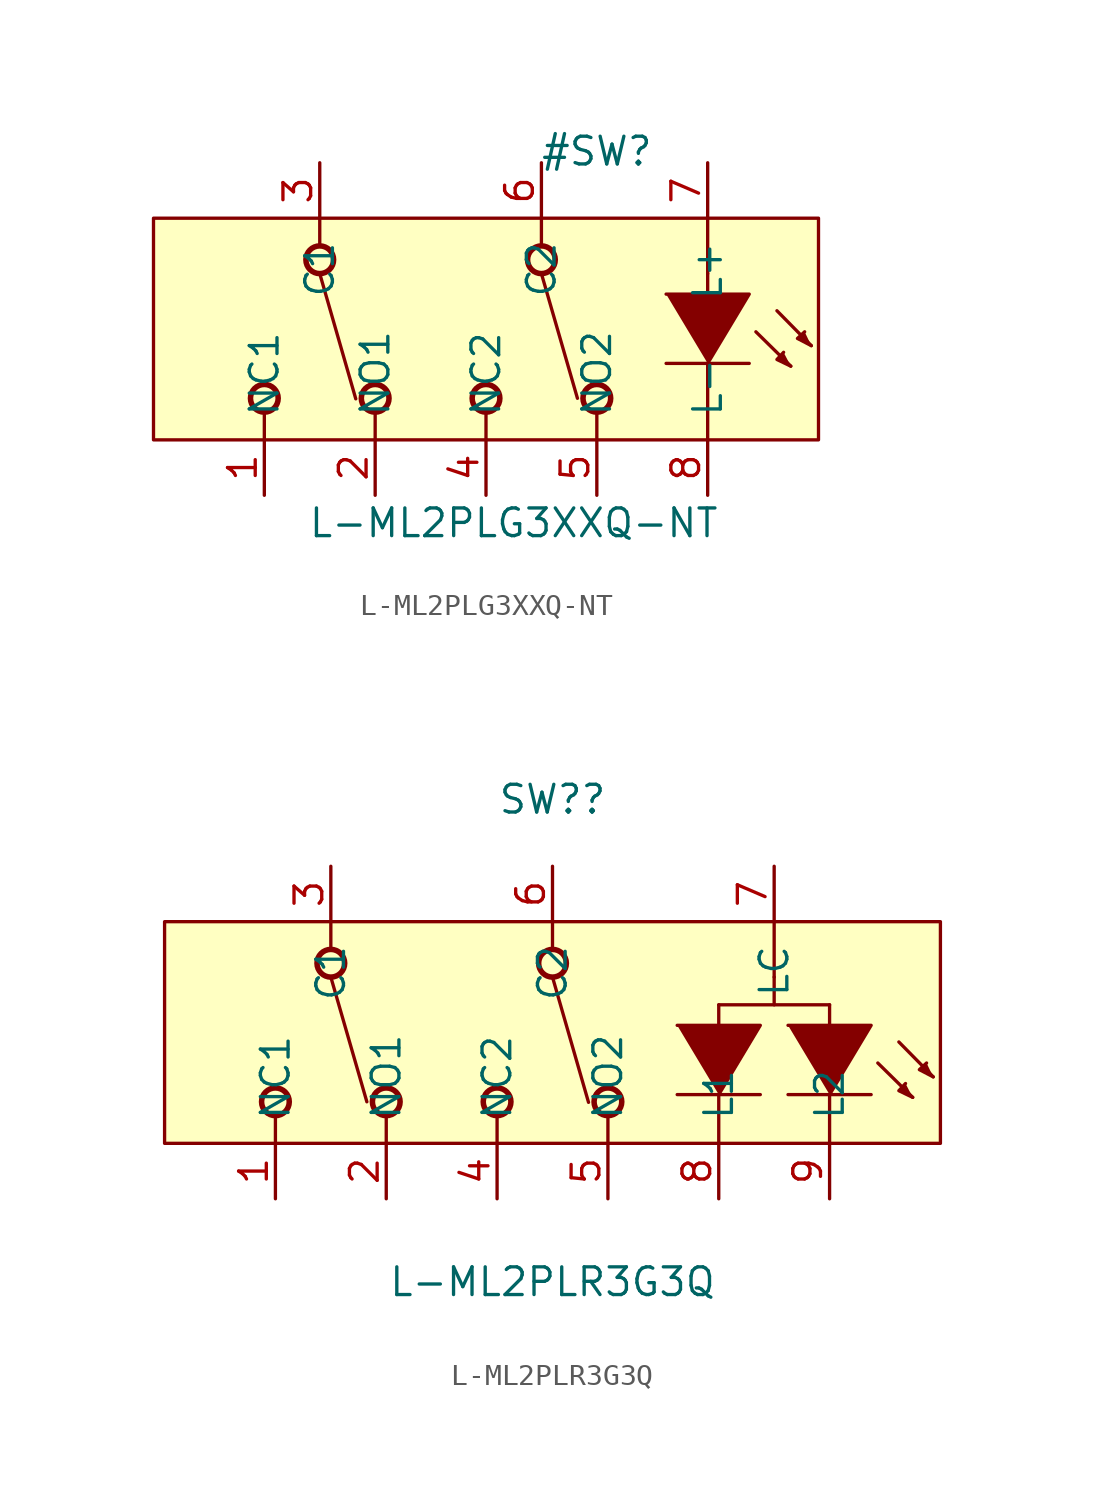
<source format=kicad_sym>
(kicad_symbol_lib
  (version 20220914)
  (generator kicad_symbol_editor)
  (symbol "L-ML2PLG3XXQ-NT"
    (pin_names
      (offset 1.016))
    (property "Reference" "#SW"
      (at 5.08 8.89 0)
      (effects (font (size 1.27 1.27)) (justify top)))
    (property "Value" "L-ML2PLG3XXQ-NT"
      (at 1.27 -8.89 0)
      (effects (font (size 1.27 1.27))))
    (symbol "L-ML2PLG3XXQ-NT_1_0"
      (circle (center -10.16 -3.175) (radius 0.635) (stroke (width 0.254) (type solid)) (fill (type none)))
      (circle (center -7.62 3.175) (radius 0.635) (stroke (width 0.254) (type solid)) (fill (type none)))
      (circle (center -5.08 -3.175) (radius 0.635) (stroke (width 0.254) (type solid)) (fill (type none)))
      (circle (center 0 -3.175) (radius 0.635) (stroke (width 0.254) (type solid)) (fill (type none)))
      (polyline (pts (xy -7.62 2.54) (xy -5.969 -3.2)) (stroke (width 0) (type solid)) (fill (type none)))
      (polyline (pts (xy 2.54 2.54) (xy 4.191 -3.175)) (stroke (width 0) (type solid)) (fill (type none)))
      (polyline (pts (xy 8.255 -1.575) (xy 12.065 -1.575)) (stroke (width 0) (type solid)) (fill (type none)))
      (polyline (pts (xy 10.16 -2.54) (xy 10.16 -5.08)) (stroke (width 0) (type solid)) (fill (type none)))
      (polyline (pts (xy 10.16 -1.575) (xy 10.16 -2.54)) (stroke (width 0) (type solid)) (fill (type none)))
      (polyline (pts (xy 10.16 2.54) (xy 10.16 1.6)) (stroke (width 0) (type solid)) (fill (type none)))
      (polyline (pts (xy 10.16 2.54) (xy 10.16 5.08)) (stroke (width 0) (type solid)) (fill (type none)))
      (polyline (pts (xy 12.37 -0.127) (xy 13.97 -1.702)) (stroke (width 0) (type solid)) (fill (type none)))
      (polyline (pts (xy 13.335 0.838) (xy 14.91 -0.762)) (stroke (width 0) (type solid)) (fill (type none)))
      (polyline (pts (xy 10.16 -1.575) (xy 12.065 1.6) (xy 8.255 1.6)) (stroke (width 0) (type solid)) (fill (type outline)))
      (polyline (pts (xy 13.64 -1.067) (xy 13.335 -1.397) (xy 13.97 -1.702)) (stroke (width 0) (type solid)) (fill (type outline)))
      (polyline (pts (xy 14.605 -0.127) (xy 14.275 -0.432) (xy 14.91 -0.762)) (stroke (width 0) (type solid)) (fill (type outline)))
      (circle (center 2.54 3.175) (radius 0.635) (stroke (width 0.254) (type solid)) (fill (type none)))
      (circle (center 5.08 -3.175) (radius 0.635) (stroke (width 0.254) (type solid)) (fill (type none))))
    (symbol "L-ML2PLG3XXQ-NT_1_1"
      (rectangle (start -15.24 5.08) (end 15.24 -5.08) (stroke (width 0) (type default)) (fill (type background)))
      (polyline (pts (xy -10.16 -5.08) (xy -10.16 -3.81)) (stroke (width 0) (type default)) (fill (type none)))
      (polyline (pts (xy -7.62 5.08) (xy -7.62 3.81)) (stroke (width 0) (type default)) (fill (type none)))
      (polyline (pts (xy -5.08 -5.08) (xy -5.08 -3.81)) (stroke (width 0) (type default)) (fill (type none)))
      (polyline (pts (xy 0 -5.08) (xy 0 -3.81)) (stroke (width 0) (type default)) (fill (type none)))
      (polyline (pts (xy 2.54 5.08) (xy 2.54 3.81)) (stroke (width 0) (type default)) (fill (type none)))
      (polyline (pts (xy 5.08 -5.08) (xy 5.08 -3.81)) (stroke (width 0) (type default)) (fill (type none)))
      (pin bidirectional line (at -10.16 -7.62 90) (length 2.54) (name "NC1" (effects (font (size 1.27 1.27)))) (number "1" (effects (font (size 1.27 1.27)))))
      (pin bidirectional line (at -5.08 -7.62 90) (length 2.54) (name "NO1" (effects (font (size 1.27 1.27)))) (number "2" (effects (font (size 1.27 1.27)))))
      (pin bidirectional line (at -7.62 7.62 270) (length 2.54) (name "C1" (effects (font (size 1.27 1.27)))) (number "3" (effects (font (size 1.27 1.27)))))
      (pin bidirectional line (at 0 -7.62 90) (length 2.54) (name "NC2" (effects (font (size 1.27 1.27)))) (number "4" (effects (font (size 1.27 1.27)))))
      (pin bidirectional line (at 5.08 -7.62 90) (length 2.54) (name "NO2" (effects (font (size 1.27 1.27)))) (number "5" (effects (font (size 1.27 1.27)))))
      (pin bidirectional line (at 2.54 7.62 270) (length 2.54) (name "C2" (effects (font (size 1.27 1.27)))) (number "6" (effects (font (size 1.27 1.27)))))
      (pin power_in line (at 10.16 7.62 270) (length 2.54) (name "L+" (effects (font (size 1.27 1.27)))) (number "7" (effects (font (size 1.27 1.27)))))
      (pin power_in line (at 10.16 -7.62 90) (length 2.54) (name "L-" (effects (font (size 1.27 1.27)))) (number "8" (effects (font (size 1.27 1.27)))))))
  (symbol "L-ML2PLR3G3Q"
    (pin_names
      (offset 1.016))
    (property "Reference" "SW?"
      (at 0 11.43 0)
      (effects (font (size 1.27 1.27)) (justify top)))
    (property "Value" "L-ML2PLR3G3Q"
      (at 0 -11.43 0)
      (effects (font (size 1.27 1.27))))
    (property "ki_locked" ""
      (at 0 0 0)
      (effects (font (size 1.27 1.27))))
    (symbol "L-ML2PLR3G3Q_0_1"
      (polyline (pts (xy -12.7 -5.08) (xy -12.7 -3.81)) (stroke (width 0) (type default)) (fill (type none)))
      (polyline (pts (xy -10.16 5.08) (xy -10.16 3.81)) (stroke (width 0) (type default)) (fill (type none)))
      (polyline (pts (xy -7.62 -5.08) (xy -7.62 -3.81)) (stroke (width 0) (type default)) (fill (type none)))
      (polyline (pts (xy -2.54 -5.08) (xy -2.54 -3.81)) (stroke (width 0) (type default)) (fill (type none)))
      (polyline (pts (xy 0 5.08) (xy 0 3.81)) (stroke (width 0) (type default)) (fill (type none)))
      (polyline (pts (xy 2.54 -5.08) (xy 2.54 -3.81)) (stroke (width 0) (type default)) (fill (type none))))
    (symbol "L-ML2PLR3G3Q_1_0"
      (circle (center -12.7 -3.175) (radius 0.635) (stroke (width 0.254) (type solid)) (fill (type none)))
      (circle (center -10.16 3.175) (radius 0.635) (stroke (width 0.254) (type solid)) (fill (type none)))
      (circle (center -7.62 -3.175) (radius 0.635) (stroke (width 0.254) (type solid)) (fill (type none)))
      (circle (center -2.54 -3.175) (radius 0.635) (stroke (width 0.254) (type solid)) (fill (type none)))
      (polyline (pts (xy -10.16 2.54) (xy -8.509 -3.175)) (stroke (width 0) (type solid)) (fill (type none)))
      (polyline (pts (xy 0 2.54) (xy 1.651 -3.2)) (stroke (width 0) (type solid)) (fill (type none)))
      (polyline (pts (xy 5.715 -2.845) (xy 9.525 -2.845)) (stroke (width 0) (type solid)) (fill (type none)))
      (polyline (pts (xy 7.62 -2.845) (xy 7.62 -5.08)) (stroke (width 0) (type solid)) (fill (type none)))
      (polyline (pts (xy 7.62 1.27) (xy 7.62 0.33)) (stroke (width 0) (type solid)) (fill (type none)))
      (polyline (pts (xy 7.62 1.27) (xy 12.7 1.27)) (stroke (width 0) (type solid)) (fill (type none)))
      (polyline (pts (xy 10.16 2.54) (xy 10.16 1.27)) (stroke (width 0) (type solid)) (fill (type none)))
      (polyline (pts (xy 10.16 2.54) (xy 10.16 5.08)) (stroke (width 0) (type solid)) (fill (type none)))
      (polyline (pts (xy 10.795 -2.845) (xy 14.605 -2.845)) (stroke (width 0) (type solid)) (fill (type none)))
      (polyline (pts (xy 12.7 -2.845) (xy 12.7 -5.08)) (stroke (width 0) (type solid)) (fill (type none)))
      (polyline (pts (xy 12.7 1.27) (xy 12.7 0.33)) (stroke (width 0) (type solid)) (fill (type none)))
      (polyline (pts (xy 14.91 -1.397) (xy 16.51 -2.972)) (stroke (width 0) (type solid)) (fill (type none)))
      (polyline (pts (xy 15.875 -0.432) (xy 17.45 -2.032)) (stroke (width 0) (type solid)) (fill (type none)))
      (polyline (pts (xy 7.62 -2.845) (xy 9.525 0.33) (xy 5.715 0.33)) (stroke (width 0) (type solid)) (fill (type outline)))
      (polyline (pts (xy 12.7 -2.845) (xy 14.605 0.33) (xy 10.795 0.33)) (stroke (width 0) (type solid)) (fill (type outline)))
      (polyline (pts (xy 16.18 -2.337) (xy 15.875 -2.667) (xy 16.51 -2.972)) (stroke (width 0) (type solid)) (fill (type outline)))
      (polyline (pts (xy 17.145 -1.397) (xy 16.815 -1.702) (xy 17.45 -2.032)) (stroke (width 0) (type solid)) (fill (type outline)))
      (circle (center 0 3.175) (radius 0.635) (stroke (width 0.254) (type solid)) (fill (type none)))
      (circle (center 2.54 -3.175) (radius 0.635) (stroke (width 0.254) (type solid)) (fill (type none))))
    (symbol "L-ML2PLR3G3Q_1_1"
      (rectangle (start -17.78 5.08) (end 17.78 -5.08) (stroke (width 0) (type default)) (fill (type background)))
      (pin bidirectional line (at -12.7 -7.62 90) (length 2.54) (name "NC1" (effects (font (size 1.27 1.27)))) (number "1" (effects (font (size 1.27 1.27)))))
      (pin bidirectional line (at -7.62 -7.62 90) (length 2.54) (name "NO1" (effects (font (size 1.27 1.27)))) (number "2" (effects (font (size 1.27 1.27)))))
      (pin bidirectional line (at -10.16 7.62 270) (length 2.54) (name "C1" (effects (font (size 1.27 1.27)))) (number "3" (effects (font (size 1.27 1.27)))))
      (pin bidirectional line (at -2.54 -7.62 90) (length 2.54) (name "NC2" (effects (font (size 1.27 1.27)))) (number "4" (effects (font (size 1.27 1.27)))))
      (pin bidirectional line (at 2.54 -7.62 90) (length 2.54) (name "NO2" (effects (font (size 1.27 1.27)))) (number "5" (effects (font (size 1.27 1.27)))))
      (pin bidirectional line (at 0 7.62 270) (length 2.54) (name "C2" (effects (font (size 1.27 1.27)))) (number "6" (effects (font (size 1.27 1.27)))))
      (pin power_in line (at 10.16 7.62 270) (length 2.54) (name "LC" (effects (font (size 1.27 1.27)))) (number "7" (effects (font (size 1.27 1.27)))))
      (pin power_in line (at 7.62 -7.62 90) (length 2.54) (name "L1" (effects (font (size 1.27 1.27)))) (number "8" (effects (font (size 1.27 1.27)))))
      (pin power_in line (at 12.7 -7.62 90) (length 2.54) (name "L2" (effects (font (size 1.27 1.27)))) (number "9" (effects (font (size 1.27 1.27))))))))
</source>
